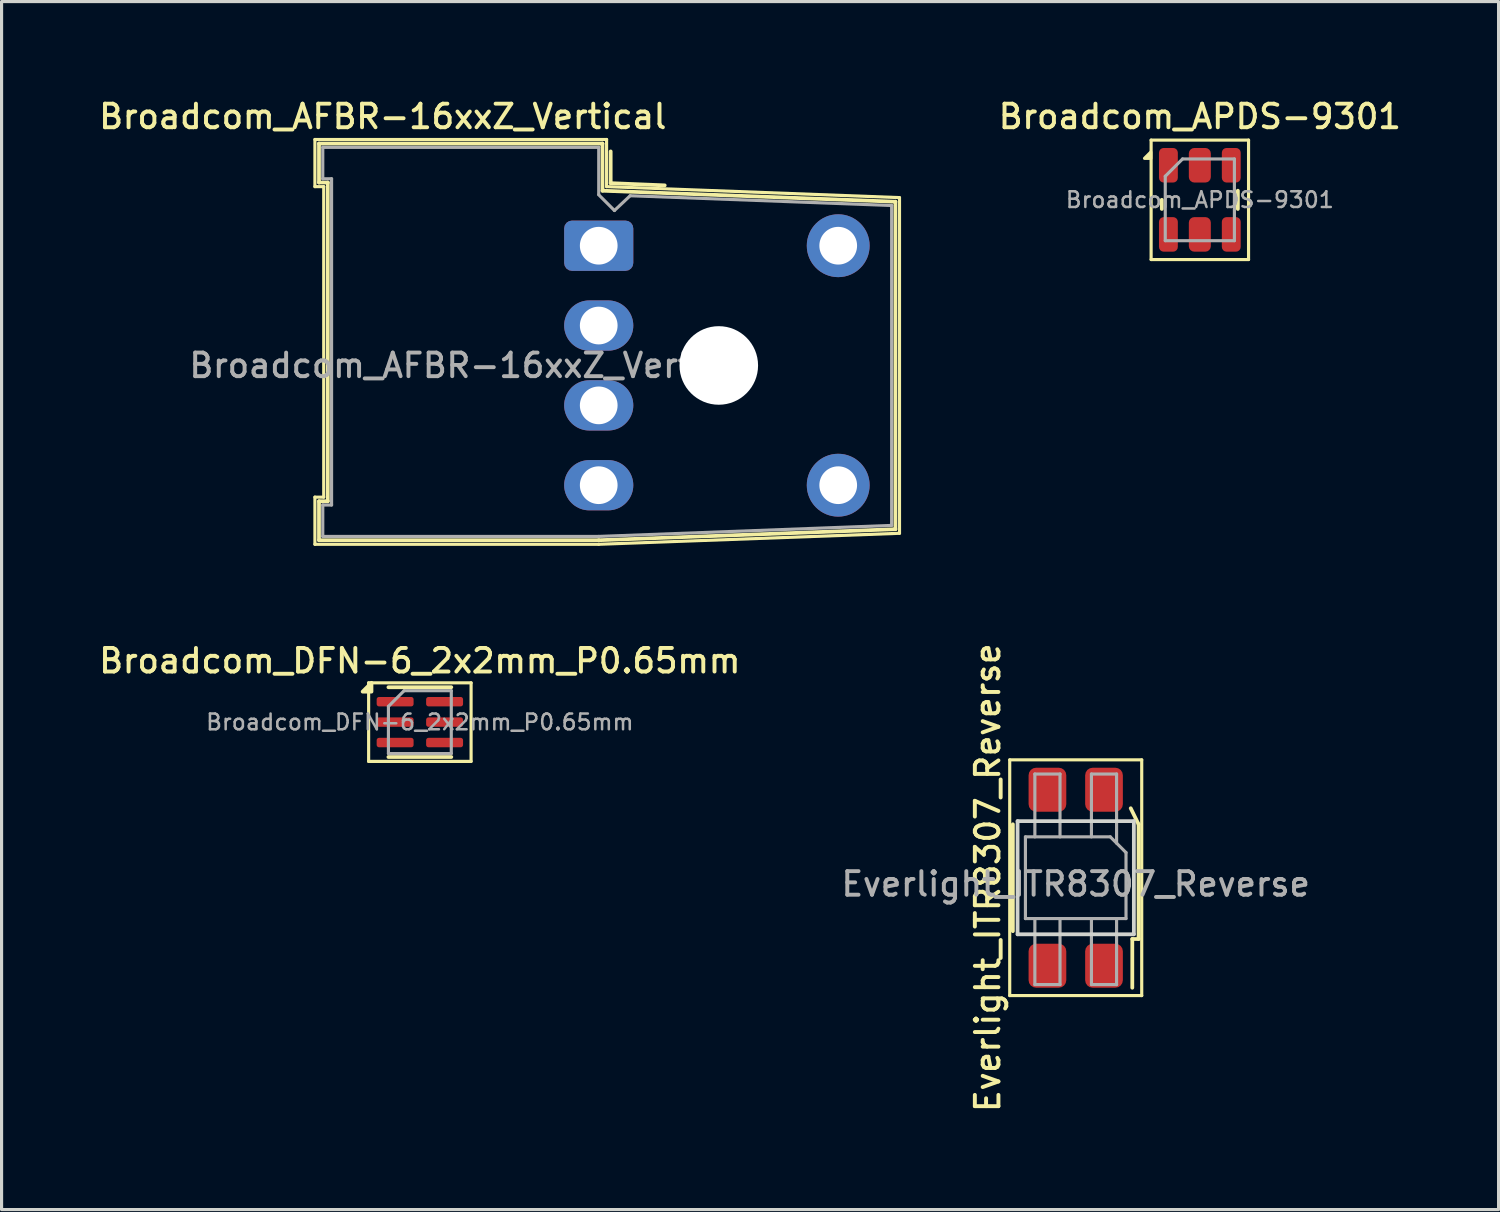
<source format=kicad_pcb>
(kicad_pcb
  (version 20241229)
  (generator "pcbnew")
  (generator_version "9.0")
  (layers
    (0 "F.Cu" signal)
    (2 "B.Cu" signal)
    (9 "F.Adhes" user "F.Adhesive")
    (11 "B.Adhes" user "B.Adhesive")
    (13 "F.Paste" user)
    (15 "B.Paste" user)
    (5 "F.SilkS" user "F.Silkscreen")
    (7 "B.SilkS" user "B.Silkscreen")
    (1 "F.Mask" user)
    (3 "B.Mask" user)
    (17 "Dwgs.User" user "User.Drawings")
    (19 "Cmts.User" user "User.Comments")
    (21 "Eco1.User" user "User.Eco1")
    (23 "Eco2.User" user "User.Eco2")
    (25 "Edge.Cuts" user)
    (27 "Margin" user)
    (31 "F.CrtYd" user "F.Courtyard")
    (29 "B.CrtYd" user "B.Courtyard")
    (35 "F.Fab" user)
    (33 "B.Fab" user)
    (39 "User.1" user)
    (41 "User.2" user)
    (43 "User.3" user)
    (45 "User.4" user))
  (footprint "Everlight_ITR8307_Reverse"
    (layer "F.Cu")
    (at 31.177 24.877)
    (property "Reference" "Everlight_ITR8307_Reverse" (at -2.8 0 90) (layer "F.SilkS") (effects (font (size 0.75 0.75) (thickness 0.125))))
    (attr smd)
    (fp_line (start -2.1 -3.75) (end -2.1 3.75) (stroke (width 0.1) (type solid)) (layer "F.SilkS"))
    (fp_line (start -2.1 -3.75) (end 2.1 -3.75) (stroke (width 0.1) (type solid)) (layer "F.SilkS"))
    (fp_line (start -2 1.7) (end -2 -1.7) (stroke (width 0.12) (type solid)) (layer "F.SilkS"))
    (fp_line (start 1.8 3.5) (end 1.8 1.95) (stroke (width 0.12) (type solid)) (layer "F.SilkS"))
    (fp_line (start 2 -1.7) (end 1.75 -2.21) (stroke (width 0.12) (type default)) (layer "F.SilkS"))
    (fp_line (start 2 1.95) (end 1.8 1.95) (stroke (width 0.12) (type solid)) (layer "F.SilkS"))
    (fp_line (start 2 1.95) (end 2 -1.7) (stroke (width 0.12) (type solid)) (layer "F.SilkS"))
    (fp_line (start 2.1 3.75) (end -2.1 3.75) (stroke (width 0.1) (type solid)) (layer "F.SilkS"))
    (fp_line (start 2.1 3.75) (end 2.1 -3.75) (stroke (width 0.1) (type solid)) (layer "F.SilkS"))
    (fp_line (start -1.85 -1.8) (end 1.85 -1.8) (stroke (width 0.12) (type solid)) (layer "Edge.Cuts"))
    (fp_line (start -1.85 1.8) (end -1.85 -1.8) (stroke (width 0.12) (type solid)) (layer "Edge.Cuts"))
    (fp_line (start 1.85 -1.8) (end 1.85 1.8) (stroke (width 0.12) (type solid)) (layer "Edge.Cuts"))
    (fp_line (start 1.85 1.8) (end -1.85 1.8) (stroke (width 0.12) (type solid)) (layer "Edge.Cuts"))
    (fp_line (start -1.6 -1.3) (end -1.6 1.3) (stroke (width 0.1) (type solid)) (layer "F.Fab"))
    (fp_line (start -1.6 1.3) (end 1.6 1.3) (stroke (width 0.1) (type solid)) (layer "F.Fab"))
    (fp_line (start -1.3 -3.3) (end -1.3 -1.3) (stroke (width 0.1) (type solid)) (layer "F.Fab"))
    (fp_line (start -1.3 3.4) (end -1.3 1.3) (stroke (width 0.1) (type solid)) (layer "F.Fab"))
    (fp_line (start -0.5 -3.3) (end -1.3 -3.3) (stroke (width 0.1) (type solid)) (layer "F.Fab"))
    (fp_line (start -0.5 -1.3) (end -0.5 -3.3) (stroke (width 0.1) (type solid)) (layer "F.Fab"))
    (fp_line (start -0.5 1.3) (end -0.5 3.4) (stroke (width 0.1) (type solid)) (layer "F.Fab"))
    (fp_line (start -0.5 3.4) (end -1.3 3.4) (stroke (width 0.1) (type solid)) (layer "F.Fab"))
    (fp_line (start 0.5 -3.3) (end 0.5 -1.3) (stroke (width 0.1) (type solid)) (layer "F.Fab"))
    (fp_line (start 0.5 1.3) (end 0.5 3.4) (stroke (width 0.1) (type solid)) (layer "F.Fab"))
    (fp_line (start 0.5 3.4) (end 1.3 3.4) (stroke (width 0.1) (type solid)) (layer "F.Fab"))
    (fp_line (start 1.1 -1.3) (end -1.6 -1.3) (stroke (width 0.1) (type solid)) (layer "F.Fab"))
    (fp_line (start 1.3 -3.3) (end 0.5 -3.3) (stroke (width 0.1) (type solid)) (layer "F.Fab"))
    (fp_line (start 1.3 -3.3) (end 1.3 -1.1) (stroke (width 0.1) (type solid)) (layer "F.Fab"))
    (fp_line (start 1.3 3.4) (end 1.3 1.3) (stroke (width 0.1) (type solid)) (layer "F.Fab"))
    (fp_line (start 1.6 -0.8) (end 1.1 -1.3) (stroke (width 0.1) (type solid)) (layer "F.Fab"))
    (fp_line (start 1.6 1.3) (end 1.6 -0.8) (stroke (width 0.1) (type solid)) (layer "F.Fab"))
    (fp_text user "${REFERENCE}" (at 0 0.2 0) (layer "F.Fab") (effects (font (size 0.75 0.75) (thickness 0.125))))
    (pad "1" smd roundrect (at 0.9 2.8) (size 1.2 1.4) (layers "F.Cu" "F.Mask" "F.Paste") (roundrect_rratio 0.2))
    (pad "2" smd roundrect (at 0.9 -2.8) (size 1.2 1.4) (layers "F.Cu" "F.Mask" "F.Paste") (roundrect_rratio 0.2))
    (pad "3" smd roundrect (at -0.9 2.8) (size 1.2 1.4) (layers "F.Cu" "F.Mask" "F.Paste") (roundrect_rratio 0.2))
    (pad "4" smd roundrect (at -0.9 -2.8) (size 1.2 1.4) (layers "F.Cu" "F.Mask" "F.Paste") (roundrect_rratio 0.2)))
  (footprint "Broadcom_APDS-9301"
    (layer "F.Cu")
    (at 35.126 3.308)
    (property "Reference" "Broadcom_APDS-9301" (at 0 -2.65 0) (layer "F.SilkS") (effects (font (size 0.75 0.75) (thickness 0.125))))
    (attr smd)
    (fp_line (start -1.55 -1.9) (end 1.55 -1.9) (stroke (width 0.1) (type solid)) (layer "F.SilkS"))
    (fp_line (start -1.55 1.9) (end -1.55 -1.9) (stroke (width 0.1) (type solid)) (layer "F.SilkS"))
    (fp_line (start -1.21 0) (end -1.21 0.29) (stroke (width 0.12) (type solid)) (layer "F.SilkS"))
    (fp_line (start 1.21 -0.29) (end 1.21 0.29) (stroke (width 0.12) (type solid)) (layer "F.SilkS"))
    (fp_line (start 1.55 -1.9) (end 1.55 1.9) (stroke (width 0.1) (type solid)) (layer "F.SilkS"))
    (fp_line (start 1.55 1.9) (end -1.55 1.9) (stroke (width 0.1) (type solid)) (layer "F.SilkS"))
    (fp_poly (pts (xy -1.56 -1.32) (xy -1.56 -1.52) (xy -1.76 -1.32)) (stroke (width 0.1) (type solid)) (fill yes) (layer "F.SilkS"))
    (fp_line (start -1.1 -0.75) (end -1.1 1.3) (stroke (width 0.1) (type solid)) (layer "F.Fab"))
    (fp_line (start -1.1 1.3) (end 1.1 1.3) (stroke (width 0.1) (type solid)) (layer "F.Fab"))
    (fp_line (start -0.55 -1.3) (end -1.1 -0.75) (stroke (width 0.1) (type solid)) (layer "F.Fab"))
    (fp_line (start 1.1 -1.3) (end -0.55 -1.3) (stroke (width 0.1) (type solid)) (layer "F.Fab"))
    (fp_line (start 1.1 1.3) (end 1.1 -1.3) (stroke (width 0.1) (type solid)) (layer "F.Fab"))
    (fp_text user "${REFERENCE}" (at 0 0 0) (layer "F.Fab") (effects (font (size 0.5 0.5) (thickness 0.08))))
    (pad "1" smd roundrect (at -1 -1.1) (size 0.6 1.1) (layers "F.Cu" "F.Mask" "F.Paste") (roundrect_rratio 0.25))
    (pad "2" smd roundrect (at -1 1.1) (size 0.6 1.1) (layers "F.Cu" "F.Mask" "F.Paste") (roundrect_rratio 0.25))
    (pad "3" smd roundrect (at 0 1.1) (size 0.7 1.1) (layers "F.Cu" "F.Mask" "F.Paste") (roundrect_rratio 0.25))
    (pad "4" smd roundrect (at 1 1.1) (size 0.6 1.1) (layers "F.Cu" "F.Mask" "F.Paste") (roundrect_rratio 0.25))
    (pad "5" smd roundrect (at 1 -1.1) (size 0.6 1.1) (layers "F.Cu" "F.Mask" "F.Paste") (roundrect_rratio 0.25))
    (pad "6" smd roundrect (at 0 -1.1) (size 0.7 1.1) (layers "F.Cu" "F.Mask" "F.Paste") (roundrect_rratio 0.25)))
  (footprint "Broadcom_DFN-6_2x2mm_P0.65mm"
    (layer "F.Cu")
    (at 10.309 19.926)
    (property "Reference" "Broadcom_DFN-6_2x2mm_P0.65mm" (at 0 -1.95 0) (layer "F.SilkS") (effects (font (size 0.75 0.75) (thickness 0.125))))
    (attr smd)
    (fp_line (start -1.63 -1.25) (end -1.63 1.25) (stroke (width 0.1) (type solid)) (layer "F.SilkS"))
    (fp_line (start -1.63 1.25) (end 1.63 1.25) (stroke (width 0.1) (type solid)) (layer "F.SilkS"))
    (fp_line (start -1 -1.11) (end 1 -1.11) (stroke (width 0.12) (type solid)) (layer "F.SilkS"))
    (fp_line (start -1 1.11) (end 1 1.11) (stroke (width 0.12) (type solid)) (layer "F.SilkS"))
    (fp_line (start 1.63 -1.25) (end -1.63 -1.25) (stroke (width 0.1) (type solid)) (layer "F.SilkS"))
    (fp_line (start 1.63 1.25) (end 1.63 -1.25) (stroke (width 0.1) (type solid)) (layer "F.SilkS"))
    (fp_poly (pts (xy -1.54 -0.97) (xy -1.82 -0.97) (xy -1.54 -1.25) (xy -1.54 -0.97)) (stroke (width 0.12) (type solid)) (fill yes) (layer "F.SilkS"))
    (fp_line (start -1 -0.5) (end -0.5 -1) (stroke (width 0.1) (type solid)) (layer "F.Fab"))
    (fp_line (start -1 1) (end -1 -0.5) (stroke (width 0.1) (type solid)) (layer "F.Fab"))
    (fp_line (start -0.5 -1) (end 1 -1) (stroke (width 0.1) (type solid)) (layer "F.Fab"))
    (fp_line (start 1 -1) (end 1 1) (stroke (width 0.1) (type solid)) (layer "F.Fab"))
    (fp_line (start 1 1) (end -1 1) (stroke (width 0.1) (type solid)) (layer "F.Fab"))
    (fp_text user "${REFERENCE}" (at 0 0 0) (layer "F.Fab") (effects (font (size 0.5 0.5) (thickness 0.08))))
    (pad "1" smd roundrect (at -0.787 -0.65) (size 1.175 0.3) (layers "F.Cu" "F.Mask" "F.Paste") (roundrect_rratio 0.25))
    (pad "2" smd roundrect (at -0.787 0) (size 1.175 0.3) (layers "F.Cu" "F.Mask" "F.Paste") (roundrect_rratio 0.25))
    (pad "3" smd roundrect (at -0.787 0.65) (size 1.175 0.3) (layers "F.Cu" "F.Mask" "F.Paste") (roundrect_rratio 0.25))
    (pad "4" smd roundrect (at 0.787 0.65) (size 1.175 0.3) (layers "F.Cu" "F.Mask" "F.Paste") (roundrect_rratio 0.25))
    (pad "5" smd roundrect (at 0.787 0) (size 1.175 0.3) (layers "F.Cu" "F.Mask" "F.Paste") (roundrect_rratio 0.25))
    (pad "6" smd roundrect (at 0.787 -0.65) (size 1.175 0.3) (layers "F.Cu" "F.Mask" "F.Paste") (roundrect_rratio 0.25)))
  (footprint "Broadcom_AFBR-16xxZ_Vertical"
    (layer "F.Cu")
    (at 16 4.768)
    (property "Reference" "Broadcom_AFBR-16xxZ_Vertical" (at -6.87 -4.11 0) (layer "F.SilkS") (effects (font (size 0.75 0.75) (thickness 0.125))))
    (attr through_hole)
    (fp_line (start -9.03 -3.38) (end -9.03 -1.88) (stroke (width 0.1) (type solid)) (layer "F.SilkS"))
    (fp_line (start -9.03 -1.88) (end -8.75 -1.88) (stroke (width 0.1) (type solid)) (layer "F.SilkS"))
    (fp_line (start -9.03 8) (end -9.03 9.5) (stroke (width 0.1) (type solid)) (layer "F.SilkS"))
    (fp_line (start -9.03 9.5) (end 0 9.5) (stroke (width 0.1) (type solid)) (layer "F.SilkS"))
    (fp_line (start -8.9 -3.25) (end 0.12 -3.25) (stroke (width 0.12) (type solid)) (layer "F.SilkS"))
    (fp_line (start -8.9 -2.01) (end -8.9 -3.25) (stroke (width 0.12) (type solid)) (layer "F.SilkS"))
    (fp_line (start -8.9 8.13) (end -8.62 8.13) (stroke (width 0.12) (type solid)) (layer "F.SilkS"))
    (fp_line (start -8.9 9.37) (end -8.9 8.13) (stroke (width 0.12) (type solid)) (layer "F.SilkS"))
    (fp_line (start -8.75 -1.88) (end -8.75 8) (stroke (width 0.1) (type solid)) (layer "F.SilkS"))
    (fp_line (start -8.75 8) (end -9.03 8) (stroke (width 0.1) (type solid)) (layer "F.SilkS"))
    (fp_line (start -8.62 -2.01) (end -8.9 -2.01) (stroke (width 0.12) (type solid)) (layer "F.SilkS"))
    (fp_line (start -8.62 8.13) (end -8.62 -2.01) (stroke (width 0.12) (type solid)) (layer "F.SilkS"))
    (fp_line (start 0 9.37) (end -8.9 9.37) (stroke (width 0.12) (type solid)) (layer "F.SilkS"))
    (fp_line (start 0 9.5) (end 9.57 9.15) (stroke (width 0.1) (type solid)) (layer "F.SilkS"))
    (fp_line (start 0.12 -3.25) (end 0.12 -1.75) (stroke (width 0.12) (type solid)) (layer "F.SilkS"))
    (fp_line (start 0.12 -1.75) (end 9.44 -1.4) (stroke (width 0.12) (type solid)) (layer "F.SilkS"))
    (fp_line (start 0.25 -3.38) (end -9.03 -3.38) (stroke (width 0.1) (type solid)) (layer "F.SilkS"))
    (fp_line (start 0.25 -1.88) (end 0.25 -3.38) (stroke (width 0.1) (type solid)) (layer "F.SilkS"))
    (fp_line (start 0.38 -3) (end 0.38 -1.99) (stroke (width 0.12) (type solid)) (layer "F.SilkS"))
    (fp_line (start 0.38 -1.99) (end 2.1 -1.92) (stroke (width 0.12) (type solid)) (layer "F.SilkS"))
    (fp_line (start 9.44 -1.4) (end 9.44 9.02) (stroke (width 0.12) (type solid)) (layer "F.SilkS"))
    (fp_line (start 9.44 9.02) (end 0 9.37) (stroke (width 0.12) (type solid)) (layer "F.SilkS"))
    (fp_line (start 9.57 -1.53) (end 0.25 -1.88) (stroke (width 0.1) (type solid)) (layer "F.SilkS"))
    (fp_line (start 9.57 9.15) (end 9.57 -1.53) (stroke (width 0.1) (type solid)) (layer "F.SilkS"))
    (fp_line (start -8.78 -3.13) (end -8.78 -2.13) (stroke (width 0.1) (type solid)) (layer "F.Fab"))
    (fp_line (start -8.78 -3.13) (end 0 -3.13) (stroke (width 0.1) (type solid)) (layer "F.Fab"))
    (fp_line (start -8.78 -2.13) (end -8.5 -2.13) (stroke (width 0.1) (type solid)) (layer "F.Fab"))
    (fp_line (start -8.78 8.25) (end -8.78 9.25) (stroke (width 0.1) (type solid)) (layer "F.Fab"))
    (fp_line (start -8.5 -2.13) (end -8.5 8.25) (stroke (width 0.1) (type solid)) (layer "F.Fab"))
    (fp_line (start -8.5 8.25) (end -8.78 8.25) (stroke (width 0.1) (type solid)) (layer "F.Fab"))
    (fp_line (start 0 -1.63) (end 0 -3.13) (stroke (width 0.1) (type solid)) (layer "F.Fab"))
    (fp_line (start 0 -1.62) (end 0.5 -1.12) (stroke (width 0.1) (type solid)) (layer "F.Fab"))
    (fp_line (start 0 9.25) (end -8.78 9.25) (stroke (width 0.1) (type solid)) (layer "F.Fab"))
    (fp_line (start 0 9.25) (end 9.32 8.9) (stroke (width 0.1) (type solid)) (layer "F.Fab"))
    (fp_line (start 0.5 -1.12) (end 1 -1.59) (stroke (width 0.1) (type solid)) (layer "F.Fab"))
    (fp_line (start 9.32 -1.28) (end 1 -1.59) (stroke (width 0.1) (type solid)) (layer "F.Fab"))
    (fp_line (start 9.32 8.9) (end 9.32 -1.28) (stroke (width 0.1) (type solid)) (layer "F.Fab"))
    (fp_text user "${REFERENCE}" (at -4 3.81 0) (layer "F.Fab") (effects (font (size 0.75 0.75) (thickness 0.125))))
    (pad "" np_thru_hole circle (at 3.82 3.81) (size 2.5 2.5) (drill 2.5) (layers "*.Cu" "*.Mask"))
    (pad "1" thru_hole roundrect (at 0 0) (size 2.2 1.6) (drill 1.2) (layers "*.Cu" "*.Mask") (roundrect_rratio 0.156))
    (pad "2" thru_hole oval (at 0 2.54) (size 2.2 1.6) (drill 1.2) (layers "*.Cu" "*.Mask"))
    (pad "3" thru_hole oval (at 0 5.08) (size 2.2 1.6) (drill 1.2) (layers "*.Cu" "*.Mask"))
    (pad "4" thru_hole oval (at 0 7.62) (size 2.2 1.6) (drill 1.2) (layers "*.Cu" "*.Mask"))
    (pad "5" thru_hole circle (at 7.62 7.62) (size 2 2) (drill 1.2) (layers "*.Cu" "*.Mask"))
    (pad "8" thru_hole circle (at 7.62 0) (size 2 2) (drill 1.2) (layers "*.Cu" "*.Mask")))
  (gr_rect
    (start -3 -3)
    (end 44.631 35.436)
    (stroke (width 0.1) (type default))
    (fill no)
    (layer "Edge.Cuts")))
</source>
